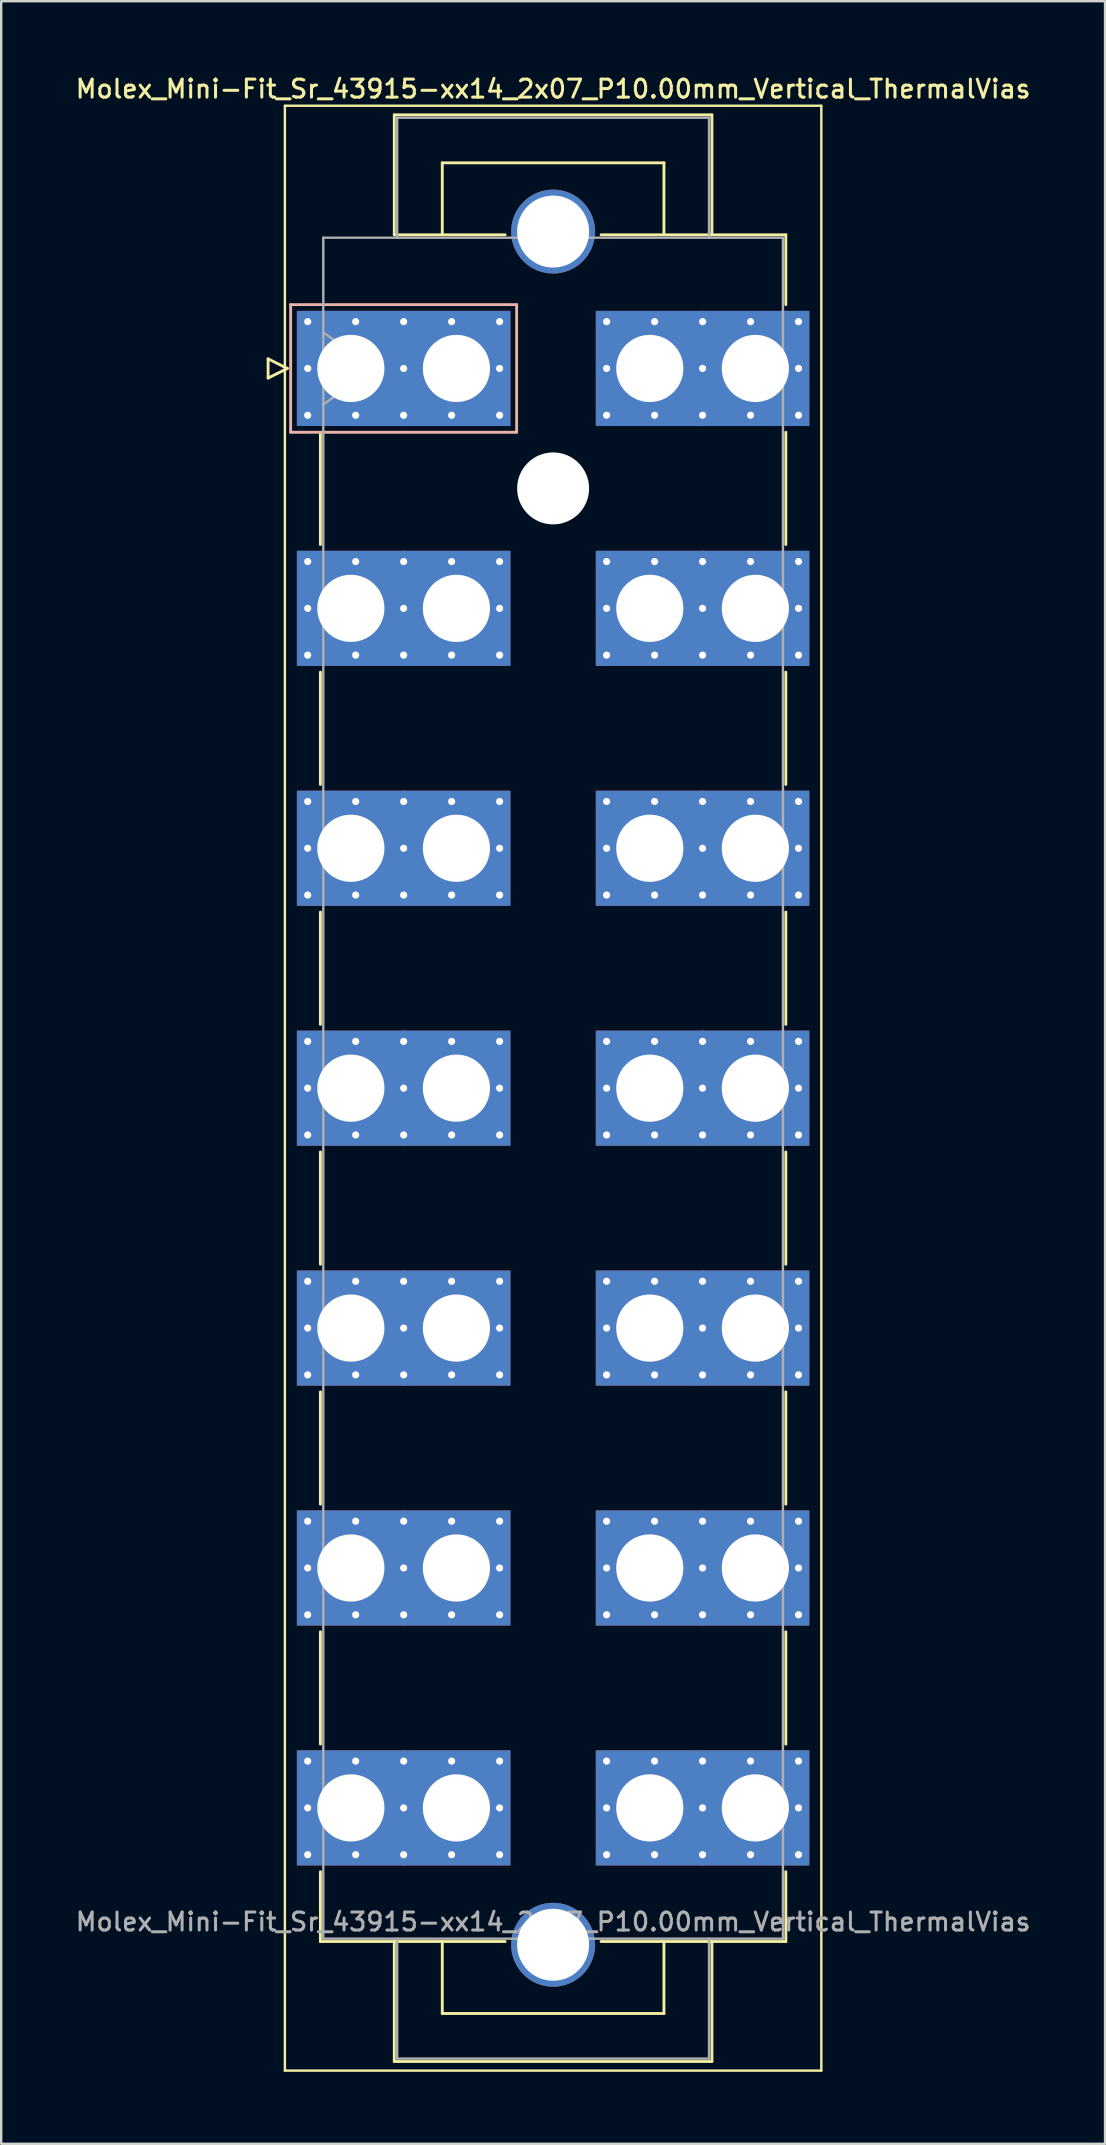
<source format=kicad_pcb>
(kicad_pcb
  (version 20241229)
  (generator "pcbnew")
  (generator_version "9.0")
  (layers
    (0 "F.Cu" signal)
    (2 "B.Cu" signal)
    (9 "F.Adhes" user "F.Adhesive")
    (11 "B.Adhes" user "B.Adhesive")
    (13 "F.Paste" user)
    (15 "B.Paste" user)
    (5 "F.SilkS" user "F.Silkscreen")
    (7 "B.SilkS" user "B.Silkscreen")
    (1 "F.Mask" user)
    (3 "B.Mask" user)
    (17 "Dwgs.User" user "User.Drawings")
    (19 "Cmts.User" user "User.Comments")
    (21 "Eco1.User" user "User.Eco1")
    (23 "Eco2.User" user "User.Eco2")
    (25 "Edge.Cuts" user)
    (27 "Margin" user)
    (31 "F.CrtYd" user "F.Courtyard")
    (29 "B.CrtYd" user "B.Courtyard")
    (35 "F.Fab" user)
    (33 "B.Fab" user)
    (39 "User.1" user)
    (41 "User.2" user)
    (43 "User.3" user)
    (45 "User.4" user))
  (footprint "Molex_Mini-Fit_Sr_43915-xx14_2x07_P10.00mm_Vertical_ThermalVias"
    (layer "F.Cu")
    (at 11.575 12.308)
    (property "Reference" "Molex_Mini-Fit_Sr_43915-xx14_2x07_P10.00mm_Vertical_ThermalVias" (at 8.43 -11.65 0) (layer "F.SilkS") (effects (font (size 0.75 0.75) (thickness 0.125))))
    (attr through_hole)
    (fp_line (start -3.45 -0.4) (end -3.45 0.4) (stroke (width 0.12) (type solid)) (layer "F.SilkS"))
    (fp_line (start -3.45 0.4) (end -2.65 0) (stroke (width 0.12) (type solid)) (layer "F.SilkS"))
    (fp_line (start -2.75 -10.95) (end -2.75 70.95) (stroke (width 0.1) (type solid)) (layer "F.SilkS"))
    (fp_line (start -2.75 70.95) (end 19.61 70.95) (stroke (width 0.1) (type solid)) (layer "F.SilkS"))
    (fp_line (start -2.65 0) (end -3.45 -0.4) (stroke (width 0.12) (type solid)) (layer "F.SilkS"))
    (fp_line (start -1.27 2.66) (end -1.27 7.34) (stroke (width 0.12) (type solid)) (layer "F.SilkS"))
    (fp_line (start -1.27 12.66) (end -1.27 17.34) (stroke (width 0.12) (type solid)) (layer "F.SilkS"))
    (fp_line (start -1.27 22.66) (end -1.27 27.34) (stroke (width 0.12) (type solid)) (layer "F.SilkS"))
    (fp_line (start -1.27 32.66) (end -1.27 37.34) (stroke (width 0.12) (type solid)) (layer "F.SilkS"))
    (fp_line (start -1.27 42.66) (end -1.27 47.34) (stroke (width 0.12) (type solid)) (layer "F.SilkS"))
    (fp_line (start -1.27 52.66) (end -1.27 57.34) (stroke (width 0.12) (type solid)) (layer "F.SilkS"))
    (fp_line (start -1.27 62.66) (end -1.27 65.57) (stroke (width 0.12) (type solid)) (layer "F.SilkS"))
    (fp_line (start -1.27 65.57) (end 6.43 65.57) (stroke (width 0.12) (type solid)) (layer "F.SilkS"))
    (fp_line (start 1.81 -10.57) (end 15.05 -10.57) (stroke (width 0.12) (type solid)) (layer "F.SilkS"))
    (fp_line (start 1.81 -5.57) (end 1.81 -10.57) (stroke (width 0.12) (type solid)) (layer "F.SilkS"))
    (fp_line (start 1.81 65.57) (end 1.81 70.57) (stroke (width 0.12) (type solid)) (layer "F.SilkS"))
    (fp_line (start 1.81 70.57) (end 15.05 70.57) (stroke (width 0.12) (type solid)) (layer "F.SilkS"))
    (fp_line (start 3.81 -8.57) (end 13.05 -8.57) (stroke (width 0.12) (type solid)) (layer "F.SilkS"))
    (fp_line (start 3.81 -5.57) (end 3.81 -8.57) (stroke (width 0.12) (type solid)) (layer "F.SilkS"))
    (fp_line (start 3.81 65.57) (end 3.81 68.57) (stroke (width 0.12) (type solid)) (layer "F.SilkS"))
    (fp_line (start 3.81 68.57) (end 13.05 68.57) (stroke (width 0.12) (type solid)) (layer "F.SilkS"))
    (fp_line (start 6.43 -5.57) (end 1.81 -5.57) (stroke (width 0.12) (type solid)) (layer "F.SilkS"))
    (fp_line (start 13.05 -8.57) (end 13.05 -5.57) (stroke (width 0.12) (type solid)) (layer "F.SilkS"))
    (fp_line (start 13.05 68.57) (end 13.05 65.57) (stroke (width 0.12) (type solid)) (layer "F.SilkS"))
    (fp_line (start 15.05 -10.57) (end 15.05 -5.57) (stroke (width 0.12) (type solid)) (layer "F.SilkS"))
    (fp_line (start 15.05 70.57) (end 15.05 65.57) (stroke (width 0.12) (type solid)) (layer "F.SilkS"))
    (fp_line (start 18.13 -5.57) (end 10.43 -5.57) (stroke (width 0.12) (type solid)) (layer "F.SilkS"))
    (fp_line (start 18.13 -2.66) (end 18.13 -5.57) (stroke (width 0.12) (type solid)) (layer "F.SilkS"))
    (fp_line (start 18.13 2.66) (end 18.13 7.34) (stroke (width 0.12) (type solid)) (layer "F.SilkS"))
    (fp_line (start 18.13 12.66) (end 18.13 17.34) (stroke (width 0.12) (type solid)) (layer "F.SilkS"))
    (fp_line (start 18.13 22.66) (end 18.13 27.34) (stroke (width 0.12) (type solid)) (layer "F.SilkS"))
    (fp_line (start 18.13 32.66) (end 18.13 37.34) (stroke (width 0.12) (type solid)) (layer "F.SilkS"))
    (fp_line (start 18.13 42.66) (end 18.13 47.34) (stroke (width 0.12) (type solid)) (layer "F.SilkS"))
    (fp_line (start 18.13 52.66) (end 18.13 57.34) (stroke (width 0.12) (type solid)) (layer "F.SilkS"))
    (fp_line (start 18.13 62.66) (end 18.13 65.57) (stroke (width 0.12) (type solid)) (layer "F.SilkS"))
    (fp_line (start 18.13 65.57) (end 10.43 65.57) (stroke (width 0.12) (type solid)) (layer "F.SilkS"))
    (fp_line (start 19.61 -10.95) (end -2.75 -10.95) (stroke (width 0.1) (type solid)) (layer "F.SilkS"))
    (fp_line (start 19.61 70.95) (end 19.61 -10.95) (stroke (width 0.1) (type solid)) (layer "F.SilkS"))
    (fp_line (start -2.51 -2.66) (end -2.51 2.66) (stroke (width 0.12) (type solid)) (layer "B.SilkS"))
    (fp_line (start -2.51 2.66) (end 6.91 2.66) (stroke (width 0.12) (type solid)) (layer "B.SilkS"))
    (fp_line (start 6.91 -2.66) (end -2.51 -2.66) (stroke (width 0.12) (type solid)) (layer "B.SilkS"))
    (fp_line (start 6.91 2.66) (end 6.91 -2.66) (stroke (width 0.12) (type solid)) (layer "B.SilkS"))
    (fp_line (start -1.15 -5.45) (end -1.15 65.45) (stroke (width 0.1) (type solid)) (layer "F.Fab"))
    (fp_line (start -1.15 -1.5) (end 0.971 0) (stroke (width 0.1) (type solid)) (layer "F.Fab"))
    (fp_line (start -1.15 65.45) (end 18.01 65.45) (stroke (width 0.1) (type solid)) (layer "F.Fab"))
    (fp_line (start 0.971 0) (end -1.15 1.5) (stroke (width 0.1) (type solid)) (layer "F.Fab"))
    (fp_line (start 1.93 -10.45) (end 14.93 -10.45) (stroke (width 0.1) (type solid)) (layer "F.Fab"))
    (fp_line (start 1.93 -5.45) (end 1.93 -10.45) (stroke (width 0.1) (type solid)) (layer "F.Fab"))
    (fp_line (start 1.93 65.45) (end 1.93 70.45) (stroke (width 0.1) (type solid)) (layer "F.Fab"))
    (fp_line (start 1.93 70.45) (end 14.93 70.45) (stroke (width 0.1) (type solid)) (layer "F.Fab"))
    (fp_line (start 14.93 -10.45) (end 14.93 -5.45) (stroke (width 0.1) (type solid)) (layer "F.Fab"))
    (fp_line (start 14.93 70.45) (end 14.93 65.45) (stroke (width 0.1) (type solid)) (layer "F.Fab"))
    (fp_line (start 18.01 -5.45) (end -1.15 -5.45) (stroke (width 0.1) (type solid)) (layer "F.Fab"))
    (fp_line (start 18.01 65.45) (end 18.01 -5.45) (stroke (width 0.1) (type solid)) (layer "F.Fab"))
    (fp_text user "${REFERENCE}" (at 8.43 64.75 0) (layer "F.Fab") (effects (font (size 0.75 0.75) (thickness 0.125))))
    (pad "" thru_hole circle (at 8.43 -5.705) (size 3.5 3.5) (drill 3) (layers "*.Cu" "*.Mask"))
    (pad "" np_thru_hole circle (at 8.43 5) (size 3 3) (drill 3) (layers "*.Cu" "*.Mask"))
    (pad "" thru_hole circle (at 8.43 65.705) (size 3.5 3.5) (drill 3) (layers "*.Cu" "*.Mask"))
    (pad "1" thru_hole roundrect (at -1.8 -1.95) (size 0.6 0.6) (drill 0.3) (layers "*.Cu" "*.Mask") (roundrect_rratio 0.25))
    (pad "1" thru_hole roundrect (at -1.8 0) (size 0.6 0.6) (drill 0.3) (layers "*.Cu" "*.Mask") (roundrect_rratio 0.25))
    (pad "1" thru_hole roundrect (at -1.8 1.95) (size 0.6 0.6) (drill 0.3) (layers "*.Cu" "*.Mask") (roundrect_rratio 0.25))
    (pad "1" thru_hole rect (at 0 0) (size 4.5 4.8) (drill 2.8) (layers "*.Cu" "*.Mask"))
    (pad "1" thru_hole roundrect (at 0.2 -1.95) (size 0.6 0.6) (drill 0.3) (layers "*.Cu" "*.Mask") (roundrect_rratio 0.25))
    (pad "1" thru_hole roundrect (at 0.2 1.95) (size 0.6 0.6) (drill 0.3) (layers "*.Cu" "*.Mask") (roundrect_rratio 0.25))
    (pad "1" thru_hole roundrect (at 2.2 -1.95) (size 0.6 0.6) (drill 0.3) (layers "*.Cu" "*.Mask") (roundrect_rratio 0.25))
    (pad "1" thru_hole roundrect (at 2.2 0) (size 0.6 0.6) (drill 0.3) (layers "*.Cu" "*.Mask") (roundrect_rratio 0.25))
    (pad "1" thru_hole roundrect (at 2.2 1.95) (size 0.6 0.6) (drill 0.3) (layers "*.Cu" "*.Mask") (roundrect_rratio 0.25))
    (pad "1" thru_hole roundrect (at 4.2 -1.95) (size 0.6 0.6) (drill 0.3) (layers "*.Cu" "*.Mask") (roundrect_rratio 0.25))
    (pad "1" thru_hole roundrect (at 4.2 1.95) (size 0.6 0.6) (drill 0.3) (layers "*.Cu" "*.Mask") (roundrect_rratio 0.25))
    (pad "1" thru_hole rect (at 4.4 0) (size 4.5 4.8) (drill 2.8) (layers "*.Cu" "*.Mask"))
    (pad "1" thru_hole roundrect (at 6.2 -1.95) (size 0.6 0.6) (drill 0.3) (layers "*.Cu" "*.Mask") (roundrect_rratio 0.25))
    (pad "1" thru_hole roundrect (at 6.2 0) (size 0.6 0.6) (drill 0.3) (layers "*.Cu" "*.Mask") (roundrect_rratio 0.25))
    (pad "1" thru_hole roundrect (at 6.2 1.95) (size 0.6 0.6) (drill 0.3) (layers "*.Cu" "*.Mask") (roundrect_rratio 0.25))
    (pad "2" thru_hole circle (at -1.8 8.05) (size 0.6 0.6) (drill 0.3) (layers "*.Cu" "*.Mask"))
    (pad "2" thru_hole circle (at -1.8 10) (size 0.6 0.6) (drill 0.3) (layers "*.Cu" "*.Mask"))
    (pad "2" thru_hole circle (at -1.8 11.95) (size 0.6 0.6) (drill 0.3) (layers "*.Cu" "*.Mask"))
    (pad "2" thru_hole rect (at 0 10) (size 4.5 4.8) (drill 2.8) (layers "*.Cu" "*.Mask"))
    (pad "2" thru_hole circle (at 0.2 8.05) (size 0.6 0.6) (drill 0.3) (layers "*.Cu" "*.Mask"))
    (pad "2" thru_hole circle (at 0.2 11.95) (size 0.6 0.6) (drill 0.3) (layers "*.Cu" "*.Mask"))
    (pad "2" thru_hole circle (at 2.2 8.05) (size 0.6 0.6) (drill 0.3) (layers "*.Cu" "*.Mask"))
    (pad "2" thru_hole circle (at 2.2 10) (size 0.6 0.6) (drill 0.3) (layers "*.Cu" "*.Mask"))
    (pad "2" thru_hole circle (at 2.2 11.95) (size 0.6 0.6) (drill 0.3) (layers "*.Cu" "*.Mask"))
    (pad "2" thru_hole circle (at 4.2 8.05) (size 0.6 0.6) (drill 0.3) (layers "*.Cu" "*.Mask"))
    (pad "2" thru_hole circle (at 4.2 11.95) (size 0.6 0.6) (drill 0.3) (layers "*.Cu" "*.Mask"))
    (pad "2" thru_hole rect (at 4.4 10) (size 4.5 4.8) (drill 2.8) (layers "*.Cu" "*.Mask"))
    (pad "2" thru_hole circle (at 6.2 8.05) (size 0.6 0.6) (drill 0.3) (layers "*.Cu" "*.Mask"))
    (pad "2" thru_hole circle (at 6.2 10) (size 0.6 0.6) (drill 0.3) (layers "*.Cu" "*.Mask"))
    (pad "2" thru_hole circle (at 6.2 11.95) (size 0.6 0.6) (drill 0.3) (layers "*.Cu" "*.Mask"))
    (pad "3" thru_hole circle (at -1.8 18.05) (size 0.6 0.6) (drill 0.3) (layers "*.Cu" "*.Mask"))
    (pad "3" thru_hole circle (at -1.8 20) (size 0.6 0.6) (drill 0.3) (layers "*.Cu" "*.Mask"))
    (pad "3" thru_hole circle (at -1.8 21.95) (size 0.6 0.6) (drill 0.3) (layers "*.Cu" "*.Mask"))
    (pad "3" thru_hole rect (at 0 20) (size 4.5 4.8) (drill 2.8) (layers "*.Cu" "*.Mask"))
    (pad "3" thru_hole circle (at 0.2 18.05) (size 0.6 0.6) (drill 0.3) (layers "*.Cu" "*.Mask"))
    (pad "3" thru_hole circle (at 0.2 21.95) (size 0.6 0.6) (drill 0.3) (layers "*.Cu" "*.Mask"))
    (pad "3" thru_hole circle (at 2.2 18.05) (size 0.6 0.6) (drill 0.3) (layers "*.Cu" "*.Mask"))
    (pad "3" thru_hole circle (at 2.2 20) (size 0.6 0.6) (drill 0.3) (layers "*.Cu" "*.Mask"))
    (pad "3" thru_hole circle (at 2.2 21.95) (size 0.6 0.6) (drill 0.3) (layers "*.Cu" "*.Mask"))
    (pad "3" thru_hole circle (at 4.2 18.05) (size 0.6 0.6) (drill 0.3) (layers "*.Cu" "*.Mask"))
    (pad "3" thru_hole circle (at 4.2 21.95) (size 0.6 0.6) (drill 0.3) (layers "*.Cu" "*.Mask"))
    (pad "3" thru_hole rect (at 4.4 20) (size 4.5 4.8) (drill 2.8) (layers "*.Cu" "*.Mask"))
    (pad "3" thru_hole circle (at 6.2 18.05) (size 0.6 0.6) (drill 0.3) (layers "*.Cu" "*.Mask"))
    (pad "3" thru_hole circle (at 6.2 20) (size 0.6 0.6) (drill 0.3) (layers "*.Cu" "*.Mask"))
    (pad "3" thru_hole circle (at 6.2 21.95) (size 0.6 0.6) (drill 0.3) (layers "*.Cu" "*.Mask"))
    (pad "4" thru_hole circle (at -1.8 28.05) (size 0.6 0.6) (drill 0.3) (layers "*.Cu" "*.Mask"))
    (pad "4" thru_hole circle (at -1.8 30) (size 0.6 0.6) (drill 0.3) (layers "*.Cu" "*.Mask"))
    (pad "4" thru_hole circle (at -1.8 31.95) (size 0.6 0.6) (drill 0.3) (layers "*.Cu" "*.Mask"))
    (pad "4" thru_hole rect (at 0 30) (size 4.5 4.8) (drill 2.8) (layers "*.Cu" "*.Mask"))
    (pad "4" thru_hole circle (at 0.2 28.05) (size 0.6 0.6) (drill 0.3) (layers "*.Cu" "*.Mask"))
    (pad "4" thru_hole circle (at 0.2 31.95) (size 0.6 0.6) (drill 0.3) (layers "*.Cu" "*.Mask"))
    (pad "4" thru_hole circle (at 2.2 28.05) (size 0.6 0.6) (drill 0.3) (layers "*.Cu" "*.Mask"))
    (pad "4" thru_hole circle (at 2.2 30) (size 0.6 0.6) (drill 0.3) (layers "*.Cu" "*.Mask"))
    (pad "4" thru_hole circle (at 2.2 31.95) (size 0.6 0.6) (drill 0.3) (layers "*.Cu" "*.Mask"))
    (pad "4" thru_hole circle (at 4.2 28.05) (size 0.6 0.6) (drill 0.3) (layers "*.Cu" "*.Mask"))
    (pad "4" thru_hole circle (at 4.2 31.95) (size 0.6 0.6) (drill 0.3) (layers "*.Cu" "*.Mask"))
    (pad "4" thru_hole rect (at 4.4 30) (size 4.5 4.8) (drill 2.8) (layers "*.Cu" "*.Mask"))
    (pad "4" thru_hole circle (at 6.2 28.05) (size 0.6 0.6) (drill 0.3) (layers "*.Cu" "*.Mask"))
    (pad "4" thru_hole circle (at 6.2 30) (size 0.6 0.6) (drill 0.3) (layers "*.Cu" "*.Mask"))
    (pad "4" thru_hole circle (at 6.2 31.95) (size 0.6 0.6) (drill 0.3) (layers "*.Cu" "*.Mask"))
    (pad "5" thru_hole circle (at -1.8 38.05) (size 0.6 0.6) (drill 0.3) (layers "*.Cu" "*.Mask"))
    (pad "5" thru_hole circle (at -1.8 40) (size 0.6 0.6) (drill 0.3) (layers "*.Cu" "*.Mask"))
    (pad "5" thru_hole circle (at -1.8 41.95) (size 0.6 0.6) (drill 0.3) (layers "*.Cu" "*.Mask"))
    (pad "5" thru_hole rect (at 0 40) (size 4.5 4.8) (drill 2.8) (layers "*.Cu" "*.Mask"))
    (pad "5" thru_hole circle (at 0.2 38.05) (size 0.6 0.6) (drill 0.3) (layers "*.Cu" "*.Mask"))
    (pad "5" thru_hole circle (at 0.2 41.95) (size 0.6 0.6) (drill 0.3) (layers "*.Cu" "*.Mask"))
    (pad "5" thru_hole circle (at 2.2 38.05) (size 0.6 0.6) (drill 0.3) (layers "*.Cu" "*.Mask"))
    (pad "5" thru_hole circle (at 2.2 40) (size 0.6 0.6) (drill 0.3) (layers "*.Cu" "*.Mask"))
    (pad "5" thru_hole circle (at 2.2 41.95) (size 0.6 0.6) (drill 0.3) (layers "*.Cu" "*.Mask"))
    (pad "5" thru_hole circle (at 4.2 38.05) (size 0.6 0.6) (drill 0.3) (layers "*.Cu" "*.Mask"))
    (pad "5" thru_hole circle (at 4.2 41.95) (size 0.6 0.6) (drill 0.3) (layers "*.Cu" "*.Mask"))
    (pad "5" thru_hole rect (at 4.4 40) (size 4.5 4.8) (drill 2.8) (layers "*.Cu" "*.Mask"))
    (pad "5" thru_hole circle (at 6.2 38.05) (size 0.6 0.6) (drill 0.3) (layers "*.Cu" "*.Mask"))
    (pad "5" thru_hole circle (at 6.2 40) (size 0.6 0.6) (drill 0.3) (layers "*.Cu" "*.Mask"))
    (pad "5" thru_hole circle (at 6.2 41.95) (size 0.6 0.6) (drill 0.3) (layers "*.Cu" "*.Mask"))
    (pad "6" thru_hole circle (at -1.8 48.05) (size 0.6 0.6) (drill 0.3) (layers "*.Cu" "*.Mask"))
    (pad "6" thru_hole circle (at -1.8 50) (size 0.6 0.6) (drill 0.3) (layers "*.Cu" "*.Mask"))
    (pad "6" thru_hole circle (at -1.8 51.95) (size 0.6 0.6) (drill 0.3) (layers "*.Cu" "*.Mask"))
    (pad "6" thru_hole rect (at 0 50) (size 4.5 4.8) (drill 2.8) (layers "*.Cu" "*.Mask"))
    (pad "6" thru_hole circle (at 0.2 48.05) (size 0.6 0.6) (drill 0.3) (layers "*.Cu" "*.Mask"))
    (pad "6" thru_hole circle (at 0.2 51.95) (size 0.6 0.6) (drill 0.3) (layers "*.Cu" "*.Mask"))
    (pad "6" thru_hole circle (at 2.2 48.05) (size 0.6 0.6) (drill 0.3) (layers "*.Cu" "*.Mask"))
    (pad "6" thru_hole circle (at 2.2 50) (size 0.6 0.6) (drill 0.3) (layers "*.Cu" "*.Mask"))
    (pad "6" thru_hole circle (at 2.2 51.95) (size 0.6 0.6) (drill 0.3) (layers "*.Cu" "*.Mask"))
    (pad "6" thru_hole circle (at 4.2 48.05) (size 0.6 0.6) (drill 0.3) (layers "*.Cu" "*.Mask"))
    (pad "6" thru_hole circle (at 4.2 51.95) (size 0.6 0.6) (drill 0.3) (layers "*.Cu" "*.Mask"))
    (pad "6" thru_hole rect (at 4.4 50) (size 4.5 4.8) (drill 2.8) (layers "*.Cu" "*.Mask"))
    (pad "6" thru_hole circle (at 6.2 48.05) (size 0.6 0.6) (drill 0.3) (layers "*.Cu" "*.Mask"))
    (pad "6" thru_hole circle (at 6.2 50) (size 0.6 0.6) (drill 0.3) (layers "*.Cu" "*.Mask"))
    (pad "6" thru_hole circle (at 6.2 51.95) (size 0.6 0.6) (drill 0.3) (layers "*.Cu" "*.Mask"))
    (pad "7" thru_hole circle (at -1.8 58.05) (size 0.6 0.6) (drill 0.3) (layers "*.Cu" "*.Mask"))
    (pad "7" thru_hole circle (at -1.8 60) (size 0.6 0.6) (drill 0.3) (layers "*.Cu" "*.Mask"))
    (pad "7" thru_hole circle (at -1.8 61.95) (size 0.6 0.6) (drill 0.3) (layers "*.Cu" "*.Mask"))
    (pad "7" thru_hole rect (at 0 60) (size 4.5 4.8) (drill 2.8) (layers "*.Cu" "*.Mask"))
    (pad "7" thru_hole circle (at 0.2 58.05) (size 0.6 0.6) (drill 0.3) (layers "*.Cu" "*.Mask"))
    (pad "7" thru_hole circle (at 0.2 61.95) (size 0.6 0.6) (drill 0.3) (layers "*.Cu" "*.Mask"))
    (pad "7" thru_hole circle (at 2.2 58.05) (size 0.6 0.6) (drill 0.3) (layers "*.Cu" "*.Mask"))
    (pad "7" thru_hole circle (at 2.2 60) (size 0.6 0.6) (drill 0.3) (layers "*.Cu" "*.Mask"))
    (pad "7" thru_hole circle (at 2.2 61.95) (size 0.6 0.6) (drill 0.3) (layers "*.Cu" "*.Mask"))
    (pad "7" thru_hole circle (at 4.2 58.05) (size 0.6 0.6) (drill 0.3) (layers "*.Cu" "*.Mask"))
    (pad "7" thru_hole circle (at 4.2 61.95) (size 0.6 0.6) (drill 0.3) (layers "*.Cu" "*.Mask"))
    (pad "7" thru_hole rect (at 4.4 60) (size 4.5 4.8) (drill 2.8) (layers "*.Cu" "*.Mask"))
    (pad "7" thru_hole circle (at 6.2 58.05) (size 0.6 0.6) (drill 0.3) (layers "*.Cu" "*.Mask"))
    (pad "7" thru_hole circle (at 6.2 60) (size 0.6 0.6) (drill 0.3) (layers "*.Cu" "*.Mask"))
    (pad "7" thru_hole circle (at 6.2 61.95) (size 0.6 0.6) (drill 0.3) (layers "*.Cu" "*.Mask"))
    (pad "8" thru_hole circle (at 10.66 -1.95) (size 0.6 0.6) (drill 0.3) (layers "*.Cu" "*.Mask"))
    (pad "8" thru_hole circle (at 10.66 0) (size 0.6 0.6) (drill 0.3) (layers "*.Cu" "*.Mask"))
    (pad "8" thru_hole circle (at 10.66 1.95) (size 0.6 0.6) (drill 0.3) (layers "*.Cu" "*.Mask"))
    (pad "8" thru_hole rect (at 12.46 0) (size 4.5 4.8) (drill 2.8) (layers "*.Cu" "*.Mask"))
    (pad "8" thru_hole circle (at 12.66 -1.95) (size 0.6 0.6) (drill 0.3) (layers "*.Cu" "*.Mask"))
    (pad "8" thru_hole circle (at 12.66 1.95) (size 0.6 0.6) (drill 0.3) (layers "*.Cu" "*.Mask"))
    (pad "8" thru_hole circle (at 14.66 -1.95) (size 0.6 0.6) (drill 0.3) (layers "*.Cu" "*.Mask"))
    (pad "8" thru_hole circle (at 14.66 0) (size 0.6 0.6) (drill 0.3) (layers "*.Cu" "*.Mask"))
    (pad "8" thru_hole circle (at 14.66 1.95) (size 0.6 0.6) (drill 0.3) (layers "*.Cu" "*.Mask"))
    (pad "8" thru_hole circle (at 16.66 -1.95) (size 0.6 0.6) (drill 0.3) (layers "*.Cu" "*.Mask"))
    (pad "8" thru_hole circle (at 16.66 1.95) (size 0.6 0.6) (drill 0.3) (layers "*.Cu" "*.Mask"))
    (pad "8" thru_hole rect (at 16.86 0) (size 4.5 4.8) (drill 2.8) (layers "*.Cu" "*.Mask"))
    (pad "8" thru_hole circle (at 18.66 -1.95) (size 0.6 0.6) (drill 0.3) (layers "*.Cu" "*.Mask"))
    (pad "8" thru_hole circle (at 18.66 0) (size 0.6 0.6) (drill 0.3) (layers "*.Cu" "*.Mask"))
    (pad "8" thru_hole circle (at 18.66 1.95) (size 0.6 0.6) (drill 0.3) (layers "*.Cu" "*.Mask"))
    (pad "9" thru_hole circle (at 10.66 8.05) (size 0.6 0.6) (drill 0.3) (layers "*.Cu" "*.Mask"))
    (pad "9" thru_hole circle (at 10.66 10) (size 0.6 0.6) (drill 0.3) (layers "*.Cu" "*.Mask"))
    (pad "9" thru_hole circle (at 10.66 11.95) (size 0.6 0.6) (drill 0.3) (layers "*.Cu" "*.Mask"))
    (pad "9" thru_hole rect (at 12.46 10) (size 4.5 4.8) (drill 2.8) (layers "*.Cu" "*.Mask"))
    (pad "9" thru_hole circle (at 12.66 8.05) (size 0.6 0.6) (drill 0.3) (layers "*.Cu" "*.Mask"))
    (pad "9" thru_hole circle (at 12.66 11.95) (size 0.6 0.6) (drill 0.3) (layers "*.Cu" "*.Mask"))
    (pad "9" thru_hole circle (at 14.66 8.05) (size 0.6 0.6) (drill 0.3) (layers "*.Cu" "*.Mask"))
    (pad "9" thru_hole circle (at 14.66 10) (size 0.6 0.6) (drill 0.3) (layers "*.Cu" "*.Mask"))
    (pad "9" thru_hole circle (at 14.66 11.95) (size 0.6 0.6) (drill 0.3) (layers "*.Cu" "*.Mask"))
    (pad "9" thru_hole circle (at 16.66 8.05) (size 0.6 0.6) (drill 0.3) (layers "*.Cu" "*.Mask"))
    (pad "9" thru_hole circle (at 16.66 11.95) (size 0.6 0.6) (drill 0.3) (layers "*.Cu" "*.Mask"))
    (pad "9" thru_hole rect (at 16.86 10) (size 4.5 4.8) (drill 2.8) (layers "*.Cu" "*.Mask"))
    (pad "9" thru_hole circle (at 18.66 8.05) (size 0.6 0.6) (drill 0.3) (layers "*.Cu" "*.Mask"))
    (pad "9" thru_hole circle (at 18.66 10) (size 0.6 0.6) (drill 0.3) (layers "*.Cu" "*.Mask"))
    (pad "9" thru_hole circle (at 18.66 11.95) (size 0.6 0.6) (drill 0.3) (layers "*.Cu" "*.Mask"))
    (pad "10" thru_hole circle (at 10.66 18.05) (size 0.6 0.6) (drill 0.3) (layers "*.Cu" "*.Mask"))
    (pad "10" thru_hole circle (at 10.66 20) (size 0.6 0.6) (drill 0.3) (layers "*.Cu" "*.Mask"))
    (pad "10" thru_hole circle (at 10.66 21.95) (size 0.6 0.6) (drill 0.3) (layers "*.Cu" "*.Mask"))
    (pad "10" thru_hole rect (at 12.46 20) (size 4.5 4.8) (drill 2.8) (layers "*.Cu" "*.Mask"))
    (pad "10" thru_hole circle (at 12.66 18.05) (size 0.6 0.6) (drill 0.3) (layers "*.Cu" "*.Mask"))
    (pad "10" thru_hole circle (at 12.66 21.95) (size 0.6 0.6) (drill 0.3) (layers "*.Cu" "*.Mask"))
    (pad "10" thru_hole circle (at 14.66 18.05) (size 0.6 0.6) (drill 0.3) (layers "*.Cu" "*.Mask"))
    (pad "10" thru_hole circle (at 14.66 20) (size 0.6 0.6) (drill 0.3) (layers "*.Cu" "*.Mask"))
    (pad "10" thru_hole circle (at 14.66 21.95) (size 0.6 0.6) (drill 0.3) (layers "*.Cu" "*.Mask"))
    (pad "10" thru_hole circle (at 16.66 18.05) (size 0.6 0.6) (drill 0.3) (layers "*.Cu" "*.Mask"))
    (pad "10" thru_hole circle (at 16.66 21.95) (size 0.6 0.6) (drill 0.3) (layers "*.Cu" "*.Mask"))
    (pad "10" thru_hole rect (at 16.86 20) (size 4.5 4.8) (drill 2.8) (layers "*.Cu" "*.Mask"))
    (pad "10" thru_hole circle (at 18.66 18.05) (size 0.6 0.6) (drill 0.3) (layers "*.Cu" "*.Mask"))
    (pad "10" thru_hole circle (at 18.66 20) (size 0.6 0.6) (drill 0.3) (layers "*.Cu" "*.Mask"))
    (pad "10" thru_hole circle (at 18.66 21.95) (size 0.6 0.6) (drill 0.3) (layers "*.Cu" "*.Mask"))
    (pad "11" thru_hole circle (at 10.66 28.05) (size 0.6 0.6) (drill 0.3) (layers "*.Cu" "*.Mask"))
    (pad "11" thru_hole circle (at 10.66 30) (size 0.6 0.6) (drill 0.3) (layers "*.Cu" "*.Mask"))
    (pad "11" thru_hole circle (at 10.66 31.95) (size 0.6 0.6) (drill 0.3) (layers "*.Cu" "*.Mask"))
    (pad "11" thru_hole rect (at 12.46 30) (size 4.5 4.8) (drill 2.8) (layers "*.Cu" "*.Mask"))
    (pad "11" thru_hole circle (at 12.66 28.05) (size 0.6 0.6) (drill 0.3) (layers "*.Cu" "*.Mask"))
    (pad "11" thru_hole circle (at 12.66 31.95) (size 0.6 0.6) (drill 0.3) (layers "*.Cu" "*.Mask"))
    (pad "11" thru_hole circle (at 14.66 28.05) (size 0.6 0.6) (drill 0.3) (layers "*.Cu" "*.Mask"))
    (pad "11" thru_hole circle (at 14.66 30) (size 0.6 0.6) (drill 0.3) (layers "*.Cu" "*.Mask"))
    (pad "11" thru_hole circle (at 14.66 31.95) (size 0.6 0.6) (drill 0.3) (layers "*.Cu" "*.Mask"))
    (pad "11" thru_hole circle (at 16.66 28.05) (size 0.6 0.6) (drill 0.3) (layers "*.Cu" "*.Mask"))
    (pad "11" thru_hole circle (at 16.66 31.95) (size 0.6 0.6) (drill 0.3) (layers "*.Cu" "*.Mask"))
    (pad "11" thru_hole rect (at 16.86 30) (size 4.5 4.8) (drill 2.8) (layers "*.Cu" "*.Mask"))
    (pad "11" thru_hole circle (at 18.66 28.05) (size 0.6 0.6) (drill 0.3) (layers "*.Cu" "*.Mask"))
    (pad "11" thru_hole circle (at 18.66 30) (size 0.6 0.6) (drill 0.3) (layers "*.Cu" "*.Mask"))
    (pad "11" thru_hole circle (at 18.66 31.95) (size 0.6 0.6) (drill 0.3) (layers "*.Cu" "*.Mask"))
    (pad "12" thru_hole circle (at 10.66 38.05) (size 0.6 0.6) (drill 0.3) (layers "*.Cu" "*.Mask"))
    (pad "12" thru_hole circle (at 10.66 40) (size 0.6 0.6) (drill 0.3) (layers "*.Cu" "*.Mask"))
    (pad "12" thru_hole circle (at 10.66 41.95) (size 0.6 0.6) (drill 0.3) (layers "*.Cu" "*.Mask"))
    (pad "12" thru_hole rect (at 12.46 40) (size 4.5 4.8) (drill 2.8) (layers "*.Cu" "*.Mask"))
    (pad "12" thru_hole circle (at 12.66 38.05) (size 0.6 0.6) (drill 0.3) (layers "*.Cu" "*.Mask"))
    (pad "12" thru_hole circle (at 12.66 41.95) (size 0.6 0.6) (drill 0.3) (layers "*.Cu" "*.Mask"))
    (pad "12" thru_hole circle (at 14.66 38.05) (size 0.6 0.6) (drill 0.3) (layers "*.Cu" "*.Mask"))
    (pad "12" thru_hole circle (at 14.66 40) (size 0.6 0.6) (drill 0.3) (layers "*.Cu" "*.Mask"))
    (pad "12" thru_hole circle (at 14.66 41.95) (size 0.6 0.6) (drill 0.3) (layers "*.Cu" "*.Mask"))
    (pad "12" thru_hole circle (at 16.66 38.05) (size 0.6 0.6) (drill 0.3) (layers "*.Cu" "*.Mask"))
    (pad "12" thru_hole circle (at 16.66 41.95) (size 0.6 0.6) (drill 0.3) (layers "*.Cu" "*.Mask"))
    (pad "12" thru_hole rect (at 16.86 40) (size 4.5 4.8) (drill 2.8) (layers "*.Cu" "*.Mask"))
    (pad "12" thru_hole circle (at 18.66 38.05) (size 0.6 0.6) (drill 0.3) (layers "*.Cu" "*.Mask"))
    (pad "12" thru_hole circle (at 18.66 40) (size 0.6 0.6) (drill 0.3) (layers "*.Cu" "*.Mask"))
    (pad "12" thru_hole circle (at 18.66 41.95) (size 0.6 0.6) (drill 0.3) (layers "*.Cu" "*.Mask"))
    (pad "13" thru_hole circle (at 10.66 48.05) (size 0.6 0.6) (drill 0.3) (layers "*.Cu" "*.Mask"))
    (pad "13" thru_hole circle (at 10.66 50) (size 0.6 0.6) (drill 0.3) (layers "*.Cu" "*.Mask"))
    (pad "13" thru_hole circle (at 10.66 51.95) (size 0.6 0.6) (drill 0.3) (layers "*.Cu" "*.Mask"))
    (pad "13" thru_hole rect (at 12.46 50) (size 4.5 4.8) (drill 2.8) (layers "*.Cu" "*.Mask"))
    (pad "13" thru_hole circle (at 12.66 48.05) (size 0.6 0.6) (drill 0.3) (layers "*.Cu" "*.Mask"))
    (pad "13" thru_hole circle (at 12.66 51.95) (size 0.6 0.6) (drill 0.3) (layers "*.Cu" "*.Mask"))
    (pad "13" thru_hole circle (at 14.66 48.05) (size 0.6 0.6) (drill 0.3) (layers "*.Cu" "*.Mask"))
    (pad "13" thru_hole circle (at 14.66 50) (size 0.6 0.6) (drill 0.3) (layers "*.Cu" "*.Mask"))
    (pad "13" thru_hole circle (at 14.66 51.95) (size 0.6 0.6) (drill 0.3) (layers "*.Cu" "*.Mask"))
    (pad "13" thru_hole circle (at 16.66 48.05) (size 0.6 0.6) (drill 0.3) (layers "*.Cu" "*.Mask"))
    (pad "13" thru_hole circle (at 16.66 51.95) (size 0.6 0.6) (drill 0.3) (layers "*.Cu" "*.Mask"))
    (pad "13" thru_hole rect (at 16.86 50) (size 4.5 4.8) (drill 2.8) (layers "*.Cu" "*.Mask"))
    (pad "13" thru_hole circle (at 18.66 48.05) (size 0.6 0.6) (drill 0.3) (layers "*.Cu" "*.Mask"))
    (pad "13" thru_hole circle (at 18.66 50) (size 0.6 0.6) (drill 0.3) (layers "*.Cu" "*.Mask"))
    (pad "13" thru_hole circle (at 18.66 51.95) (size 0.6 0.6) (drill 0.3) (layers "*.Cu" "*.Mask"))
    (pad "14" thru_hole circle (at 10.66 58.05) (size 0.6 0.6) (drill 0.3) (layers "*.Cu" "*.Mask"))
    (pad "14" thru_hole circle (at 10.66 60) (size 0.6 0.6) (drill 0.3) (layers "*.Cu" "*.Mask"))
    (pad "14" thru_hole circle (at 10.66 61.95) (size 0.6 0.6) (drill 0.3) (layers "*.Cu" "*.Mask"))
    (pad "14" thru_hole rect (at 12.46 60) (size 4.5 4.8) (drill 2.8) (layers "*.Cu" "*.Mask"))
    (pad "14" thru_hole circle (at 12.66 58.05) (size 0.6 0.6) (drill 0.3) (layers "*.Cu" "*.Mask"))
    (pad "14" thru_hole circle (at 12.66 61.95) (size 0.6 0.6) (drill 0.3) (layers "*.Cu" "*.Mask"))
    (pad "14" thru_hole circle (at 14.66 58.05) (size 0.6 0.6) (drill 0.3) (layers "*.Cu" "*.Mask"))
    (pad "14" thru_hole circle (at 14.66 60) (size 0.6 0.6) (drill 0.3) (layers "*.Cu" "*.Mask"))
    (pad "14" thru_hole circle (at 14.66 61.95) (size 0.6 0.6) (drill 0.3) (layers "*.Cu" "*.Mask"))
    (pad "14" thru_hole circle (at 16.66 58.05) (size 0.6 0.6) (drill 0.3) (layers "*.Cu" "*.Mask"))
    (pad "14" thru_hole circle (at 16.66 61.95) (size 0.6 0.6) (drill 0.3) (layers "*.Cu" "*.Mask"))
    (pad "14" thru_hole rect (at 16.86 60) (size 4.5 4.8) (drill 2.8) (layers "*.Cu" "*.Mask"))
    (pad "14" thru_hole circle (at 18.66 58.05) (size 0.6 0.6) (drill 0.3) (layers "*.Cu" "*.Mask"))
    (pad "14" thru_hole circle (at 18.66 60) (size 0.6 0.6) (drill 0.3) (layers "*.Cu" "*.Mask"))
    (pad "14" thru_hole circle (at 18.66 61.95) (size 0.6 0.6) (drill 0.3) (layers "*.Cu" "*.Mask")))
  (gr_rect
    (start -3 -3)
    (end 43.011 86.308)
    (stroke (width 0.1) (type default))
    (fill no)
    (layer "Edge.Cuts")))
</source>
